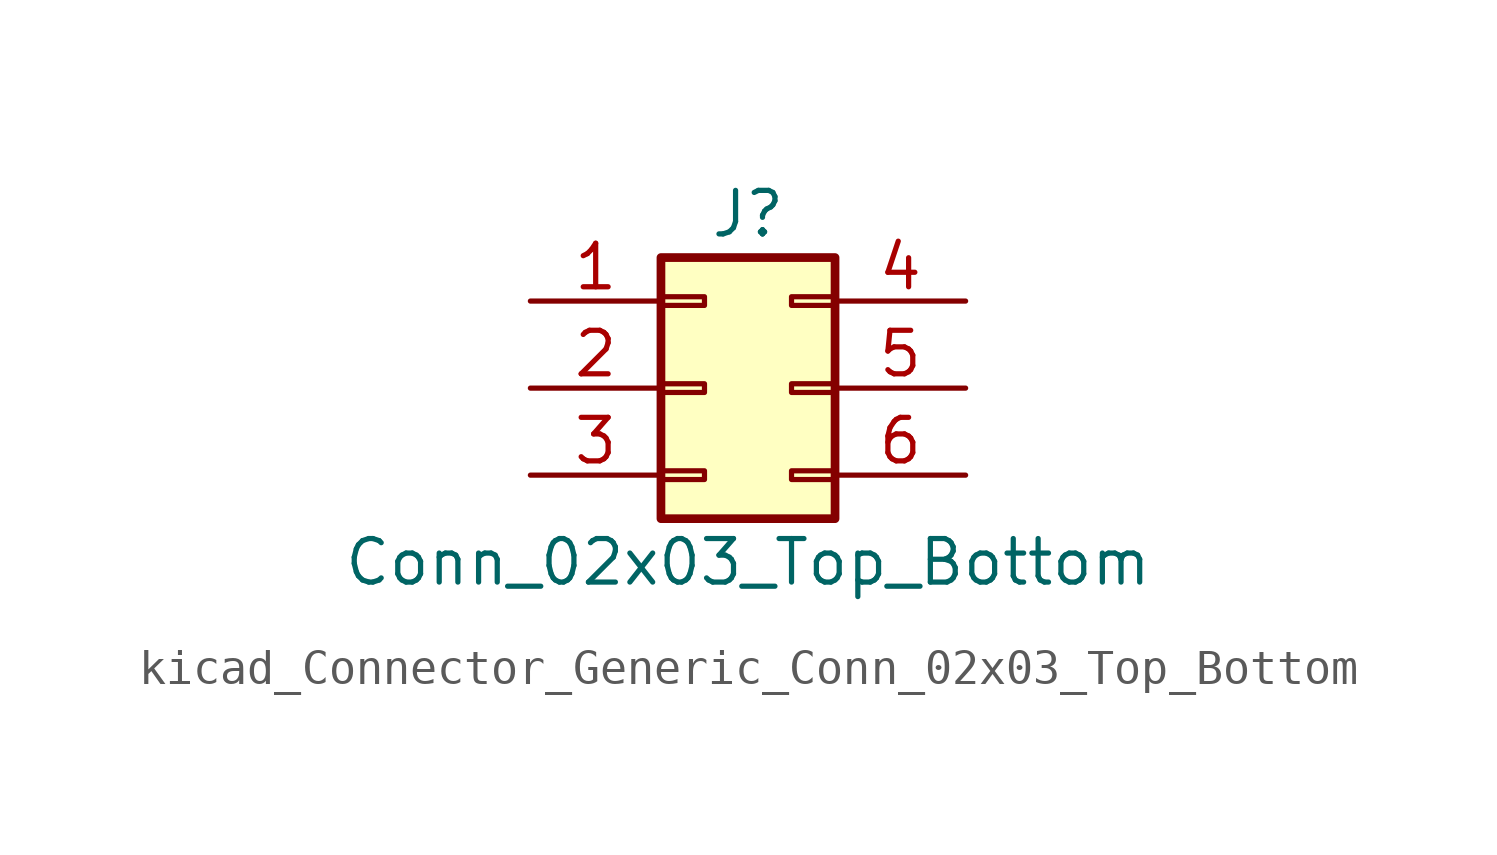
<source format=kicad_sym>
(kicad_symbol_lib
  (version 20220914)
  (generator kicad_symbol_editor)
  (symbol "kicad_Connector_Generic_Conn_02x03_Top_Bottom"
    (pin_names
      (offset 1.016) hide)
    (property "Reference" "J"
      (at 1.27 5.08 0)
      (effects (font (size 1.27 1.27))))
    (property "Value" "Conn_02x03_Top_Bottom"
      (at 1.27 -5.08 0)
      (effects (font (size 1.27 1.27))))
    (symbol "kicad_Connector_Generic_Conn_02x03_Top_Bottom_1_1"
      (rectangle (start -1.27 -2.413) (end 0 -2.667) (stroke (width 0.152) (type default)) (fill (type none)))
      (rectangle (start -1.27 0.127) (end 0 -0.127) (stroke (width 0.152) (type default)) (fill (type none)))
      (rectangle (start -1.27 2.667) (end 0 2.413) (stroke (width 0.152) (type default)) (fill (type none)))
      (rectangle (start -1.27 3.81) (end 3.81 -3.81) (stroke (width 0.254) (type default)) (fill (type background)))
      (rectangle (start 3.81 -2.413) (end 2.54 -2.667) (stroke (width 0.152) (type default)) (fill (type none)))
      (rectangle (start 3.81 0.127) (end 2.54 -0.127) (stroke (width 0.152) (type default)) (fill (type none)))
      (rectangle (start 3.81 2.667) (end 2.54 2.413) (stroke (width 0.152) (type default)) (fill (type none)))
      (pin passive line (at -5.08 2.54 0) (length 3.81) (name "Pin_1" (effects (font (size 1.27 1.27)))) (number "1" (effects (font (size 1.27 1.27)))))
      (pin passive line (at -5.08 0 0) (length 3.81) (name "Pin_2" (effects (font (size 1.27 1.27)))) (number "2" (effects (font (size 1.27 1.27)))))
      (pin passive line (at -5.08 -2.54 0) (length 3.81) (name "Pin_3" (effects (font (size 1.27 1.27)))) (number "3" (effects (font (size 1.27 1.27)))))
      (pin passive line (at 7.62 2.54 180) (length 3.81) (name "Pin_4" (effects (font (size 1.27 1.27)))) (number "4" (effects (font (size 1.27 1.27)))))
      (pin passive line (at 7.62 0 180) (length 3.81) (name "Pin_5" (effects (font (size 1.27 1.27)))) (number "5" (effects (font (size 1.27 1.27)))))
      (pin passive line (at 7.62 -2.54 180) (length 3.81) (name "Pin_6" (effects (font (size 1.27 1.27)))) (number "6" (effects (font (size 1.27 1.27))))))))
</source>
